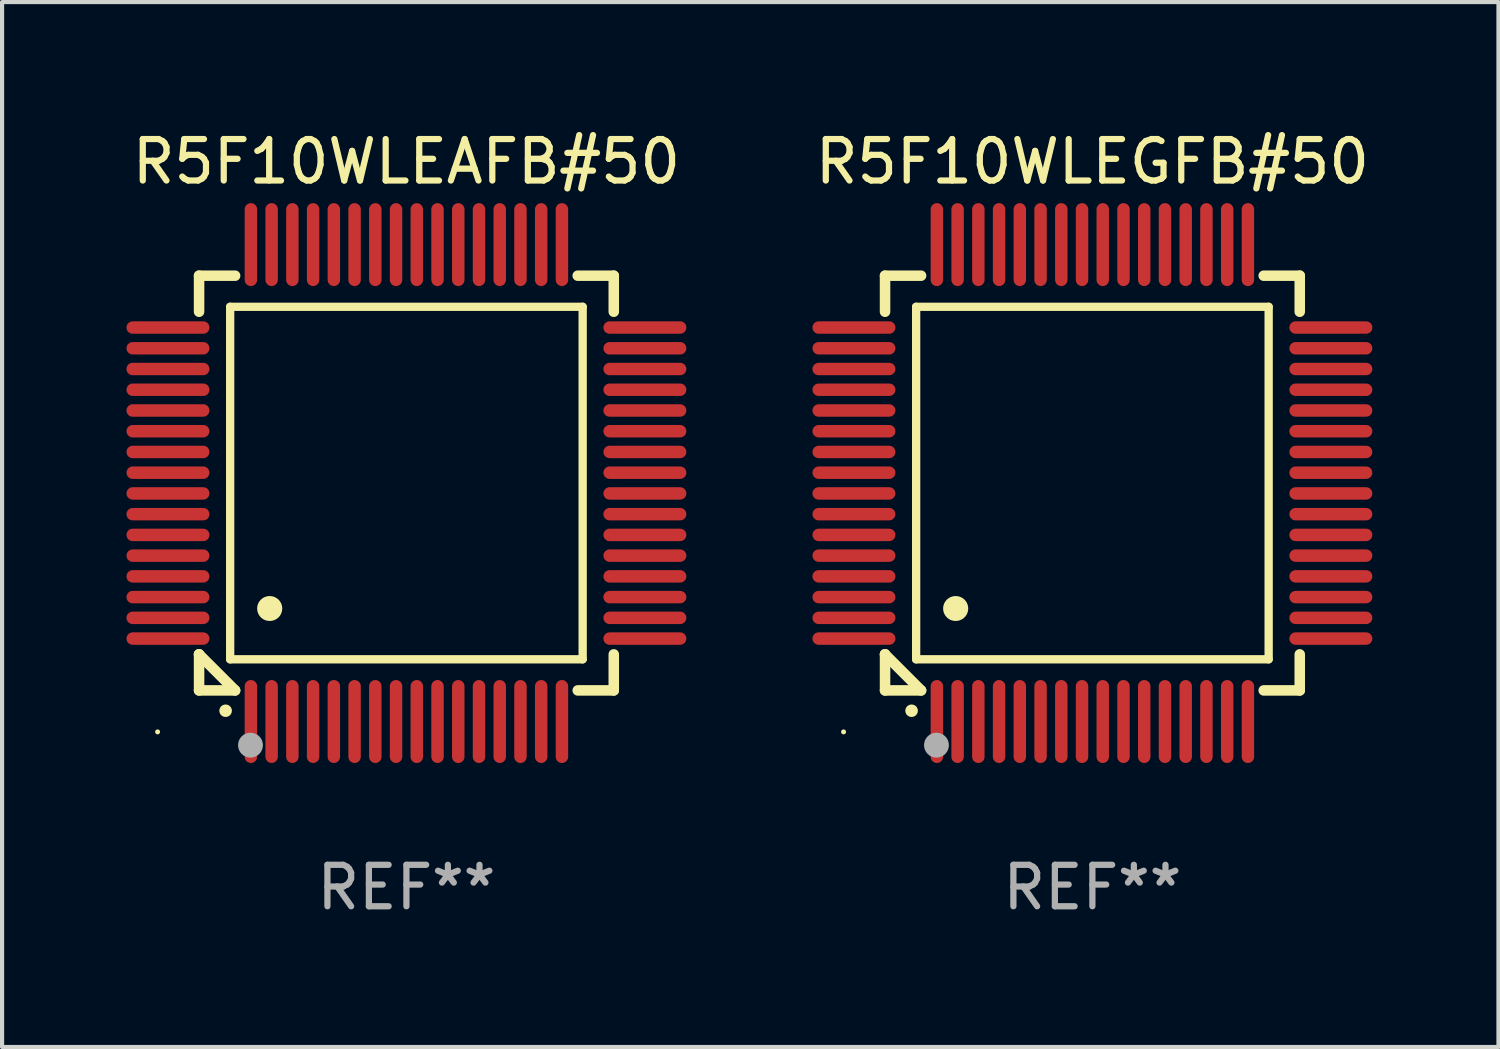
<source format=kicad_pcb>
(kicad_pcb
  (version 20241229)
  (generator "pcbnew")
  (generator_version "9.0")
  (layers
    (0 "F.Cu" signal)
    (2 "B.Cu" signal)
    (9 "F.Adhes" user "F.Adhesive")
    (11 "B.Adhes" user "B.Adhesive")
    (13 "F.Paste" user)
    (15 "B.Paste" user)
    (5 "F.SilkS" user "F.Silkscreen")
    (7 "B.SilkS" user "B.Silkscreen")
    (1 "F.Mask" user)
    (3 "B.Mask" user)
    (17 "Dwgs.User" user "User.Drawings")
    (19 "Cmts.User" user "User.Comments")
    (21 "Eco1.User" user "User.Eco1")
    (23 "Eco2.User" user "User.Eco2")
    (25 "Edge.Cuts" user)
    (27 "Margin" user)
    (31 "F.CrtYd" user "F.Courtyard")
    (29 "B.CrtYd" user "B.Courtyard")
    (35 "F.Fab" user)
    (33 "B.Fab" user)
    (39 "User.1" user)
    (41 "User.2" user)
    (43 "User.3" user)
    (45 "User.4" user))
  (footprint "R5F10WLEGFB#50"
    (layer "F.Cu")
    (at 23.291 8.598)
    (property "Reference" "R5F10WLEGFB#50" (at 0 -7.75 0) (layer "F.SilkS") (effects (font (size 1 1) (thickness 0.15))))
    (attr through_hole)
    (fp_line (start -5 -5) (end -4.131 -5) (stroke (width 0.254) (type solid)) (layer "F.SilkS"))
    (fp_line (start -5 -4.131) (end -5 -5) (stroke (width 0.254) (type solid)) (layer "F.SilkS"))
    (fp_line (start -5 4.131) (end -5 4.131) (stroke (width 0.254) (type solid)) (layer "F.SilkS"))
    (fp_line (start -5 5) (end -5 4.131) (stroke (width 0.254) (type solid)) (layer "F.SilkS"))
    (fp_line (start -5 4.131) (end -4.131 5) (stroke (width 0.254) (type solid)) (layer "F.SilkS"))
    (fp_line (start -4.25 -4.25) (end -4.25 4.25) (stroke (width 0.2) (type solid)) (layer "F.SilkS"))
    (fp_line (start -4.25 4.25) (end 4.25 4.25) (stroke (width 0.2) (type solid)) (layer "F.SilkS"))
    (fp_line (start -4.131 5) (end -5 5) (stroke (width 0.254) (type solid)) (layer "F.SilkS"))
    (fp_line (start 4.25 -4.25) (end -4.25 -4.25) (stroke (width 0.2) (type solid)) (layer "F.SilkS"))
    (fp_line (start 4.25 4.25) (end 4.25 -4.25) (stroke (width 0.2) (type solid)) (layer "F.SilkS"))
    (fp_line (start 5 -5) (end 4.131 -5) (stroke (width 0.254) (type solid)) (layer "F.SilkS"))
    (fp_line (start 5 -5) (end 5 -4.131) (stroke (width 0.254) (type solid)) (layer "F.SilkS"))
    (fp_line (start 5 4.131) (end 5 5) (stroke (width 0.254) (type solid)) (layer "F.SilkS"))
    (fp_line (start 5 5) (end 4.131 5) (stroke (width 0.254) (type solid)) (layer "F.SilkS"))
    (fp_arc (start -4.361265 5.489992) (mid -4.359995 5.489987) (end -4.358725 5.489992) (stroke (width 0.3) (type solid)) (layer "F.SilkS"))
    (fp_arc (start -3.299467 3.025146) (mid -3.296927 3.025135) (end -3.294387 3.025146) (stroke (width 0.6) (type solid)) (layer "F.SilkS"))
    (fp_circle (center -6 6) (end -5.97 6) (stroke (width 0.06) (type solid)) (fill no) (layer "F.SilkS"))
    (fp_circle (center -3.76 6.32) (end -3.61 6.32) (stroke (width 0.3) (type solid)) (fill no) (layer "F.Fab"))
    (fp_text user "REF**" (at 0 9.75 0) (layer "F.Fab") (effects (font (size 1 1) (thickness 0.15))))
    (pad "1" smd oval (at -3.75 5.75) (size 0.3 2) (layers "F.Cu" "F.Mask" "F.Paste"))
    (pad "2" smd oval (at -3.25 5.75) (size 0.3 2) (layers "F.Cu" "F.Mask" "F.Paste"))
    (pad "3" smd oval (at -2.75 5.75) (size 0.3 2) (layers "F.Cu" "F.Mask" "F.Paste"))
    (pad "4" smd oval (at -2.25 5.75) (size 0.3 2) (layers "F.Cu" "F.Mask" "F.Paste"))
    (pad "5" smd oval (at -1.75 5.75) (size 0.3 2) (layers "F.Cu" "F.Mask" "F.Paste"))
    (pad "6" smd oval (at -1.25 5.75) (size 0.3 2) (layers "F.Cu" "F.Mask" "F.Paste"))
    (pad "7" smd oval (at -0.75 5.75) (size 0.3 2) (layers "F.Cu" "F.Mask" "F.Paste"))
    (pad "8" smd oval (at -0.25 5.75) (size 0.3 2) (layers "F.Cu" "F.Mask" "F.Paste"))
    (pad "9" smd oval (at 0.25 5.75) (size 0.3 2) (layers "F.Cu" "F.Mask" "F.Paste"))
    (pad "10" smd oval (at 0.75 5.75) (size 0.3 2) (layers "F.Cu" "F.Mask" "F.Paste"))
    (pad "11" smd oval (at 1.25 5.75) (size 0.3 2) (layers "F.Cu" "F.Mask" "F.Paste"))
    (pad "12" smd oval (at 1.75 5.75) (size 0.3 2) (layers "F.Cu" "F.Mask" "F.Paste"))
    (pad "13" smd oval (at 2.25 5.75) (size 0.3 2) (layers "F.Cu" "F.Mask" "F.Paste"))
    (pad "14" smd oval (at 2.75 5.75) (size 0.3 2) (layers "F.Cu" "F.Mask" "F.Paste"))
    (pad "15" smd oval (at 3.25 5.75) (size 0.3 2) (layers "F.Cu" "F.Mask" "F.Paste"))
    (pad "16" smd oval (at 3.75 5.75) (size 0.3 2) (layers "F.Cu" "F.Mask" "F.Paste"))
    (pad "17" smd oval (at 5.75 3.75) (size 2 0.3) (layers "F.Cu" "F.Mask" "F.Paste"))
    (pad "18" smd oval (at 5.75 3.25) (size 2 0.3) (layers "F.Cu" "F.Mask" "F.Paste"))
    (pad "19" smd oval (at 5.75 2.75) (size 2 0.3) (layers "F.Cu" "F.Mask" "F.Paste"))
    (pad "20" smd oval (at 5.75 2.25) (size 2 0.3) (layers "F.Cu" "F.Mask" "F.Paste"))
    (pad "21" smd oval (at 5.75 1.75) (size 2 0.3) (layers "F.Cu" "F.Mask" "F.Paste"))
    (pad "22" smd oval (at 5.75 1.25) (size 2 0.3) (layers "F.Cu" "F.Mask" "F.Paste"))
    (pad "23" smd oval (at 5.75 0.75) (size 2 0.3) (layers "F.Cu" "F.Mask" "F.Paste"))
    (pad "24" smd oval (at 5.75 0.25) (size 2 0.3) (layers "F.Cu" "F.Mask" "F.Paste"))
    (pad "25" smd oval (at 5.75 -0.25) (size 2 0.3) (layers "F.Cu" "F.Mask" "F.Paste"))
    (pad "26" smd oval (at 5.75 -0.75) (size 2 0.3) (layers "F.Cu" "F.Mask" "F.Paste"))
    (pad "27" smd oval (at 5.75 -1.25) (size 2 0.3) (layers "F.Cu" "F.Mask" "F.Paste"))
    (pad "28" smd oval (at 5.75 -1.75) (size 2 0.3) (layers "F.Cu" "F.Mask" "F.Paste"))
    (pad "29" smd oval (at 5.75 -2.25) (size 2 0.3) (layers "F.Cu" "F.Mask" "F.Paste"))
    (pad "30" smd oval (at 5.75 -2.75) (size 2 0.3) (layers "F.Cu" "F.Mask" "F.Paste"))
    (pad "31" smd oval (at 5.75 -3.25) (size 2 0.3) (layers "F.Cu" "F.Mask" "F.Paste"))
    (pad "32" smd oval (at 5.75 -3.75) (size 2 0.3) (layers "F.Cu" "F.Mask" "F.Paste"))
    (pad "33" smd oval (at 3.75 -5.75) (size 0.3 2) (layers "F.Cu" "F.Mask" "F.Paste"))
    (pad "34" smd oval (at 3.25 -5.75) (size 0.3 2) (layers "F.Cu" "F.Mask" "F.Paste"))
    (pad "35" smd oval (at 2.75 -5.75) (size 0.3 2) (layers "F.Cu" "F.Mask" "F.Paste"))
    (pad "36" smd oval (at 2.25 -5.75) (size 0.3 2) (layers "F.Cu" "F.Mask" "F.Paste"))
    (pad "37" smd oval (at 1.75 -5.75) (size 0.3 2) (layers "F.Cu" "F.Mask" "F.Paste"))
    (pad "38" smd oval (at 1.25 -5.75) (size 0.3 2) (layers "F.Cu" "F.Mask" "F.Paste"))
    (pad "39" smd oval (at 0.75 -5.75) (size 0.3 2) (layers "F.Cu" "F.Mask" "F.Paste"))
    (pad "40" smd oval (at 0.25 -5.75) (size 0.3 2) (layers "F.Cu" "F.Mask" "F.Paste"))
    (pad "41" smd oval (at -0.25 -5.75) (size 0.3 2) (layers "F.Cu" "F.Mask" "F.Paste"))
    (pad "42" smd oval (at -0.75 -5.75) (size 0.3 2) (layers "F.Cu" "F.Mask" "F.Paste"))
    (pad "43" smd oval (at -1.25 -5.75) (size 0.3 2) (layers "F.Cu" "F.Mask" "F.Paste"))
    (pad "44" smd oval (at -1.75 -5.75) (size 0.3 2) (layers "F.Cu" "F.Mask" "F.Paste"))
    (pad "45" smd oval (at -2.25 -5.75) (size 0.3 2) (layers "F.Cu" "F.Mask" "F.Paste"))
    (pad "46" smd oval (at -2.75 -5.75) (size 0.3 2) (layers "F.Cu" "F.Mask" "F.Paste"))
    (pad "47" smd oval (at -3.25 -5.75) (size 0.3 2) (layers "F.Cu" "F.Mask" "F.Paste"))
    (pad "48" smd oval (at -3.75 -5.75) (size 0.3 2) (layers "F.Cu" "F.Mask" "F.Paste"))
    (pad "49" smd oval (at -5.75 -3.75) (size 2 0.3) (layers "F.Cu" "F.Mask" "F.Paste"))
    (pad "50" smd oval (at -5.75 -3.25) (size 2 0.3) (layers "F.Cu" "F.Mask" "F.Paste"))
    (pad "51" smd oval (at -5.75 -2.75) (size 2 0.3) (layers "F.Cu" "F.Mask" "F.Paste"))
    (pad "52" smd oval (at -5.75 -2.25) (size 2 0.3) (layers "F.Cu" "F.Mask" "F.Paste"))
    (pad "53" smd oval (at -5.75 -1.75) (size 2 0.3) (layers "F.Cu" "F.Mask" "F.Paste"))
    (pad "54" smd oval (at -5.75 -1.25) (size 2 0.3) (layers "F.Cu" "F.Mask" "F.Paste"))
    (pad "55" smd oval (at -5.75 -0.75) (size 2 0.3) (layers "F.Cu" "F.Mask" "F.Paste"))
    (pad "56" smd oval (at -5.75 -0.25) (size 2 0.3) (layers "F.Cu" "F.Mask" "F.Paste"))
    (pad "57" smd oval (at -5.75 0.25) (size 2 0.3) (layers "F.Cu" "F.Mask" "F.Paste"))
    (pad "58" smd oval (at -5.75 0.75) (size 2 0.3) (layers "F.Cu" "F.Mask" "F.Paste"))
    (pad "59" smd oval (at -5.75 1.25) (size 2 0.3) (layers "F.Cu" "F.Mask" "F.Paste"))
    (pad "60" smd oval (at -5.75 1.75) (size 2 0.3) (layers "F.Cu" "F.Mask" "F.Paste"))
    (pad "61" smd oval (at -5.75 2.25) (size 2 0.3) (layers "F.Cu" "F.Mask" "F.Paste"))
    (pad "62" smd oval (at -5.75 2.75) (size 2 0.3) (layers "F.Cu" "F.Mask" "F.Paste"))
    (pad "63" smd oval (at -5.75 3.25) (size 2 0.3) (layers "F.Cu" "F.Mask" "F.Paste"))
    (pad "64" smd oval (at -5.75 3.75) (size 2 0.3) (layers "F.Cu" "F.Mask" "F.Paste")))
  (footprint "R5F10WLEAFB#50"
    (layer "F.Cu")
    (at 6.75 8.598)
    (property "Reference" "R5F10WLEAFB#50" (at 0 -7.75 0) (layer "F.SilkS") (effects (font (size 1 1) (thickness 0.15))))
    (attr through_hole)
    (fp_line (start -5 -5) (end -4.131 -5) (stroke (width 0.254) (type solid)) (layer "F.SilkS"))
    (fp_line (start -5 -4.131) (end -5 -5) (stroke (width 0.254) (type solid)) (layer "F.SilkS"))
    (fp_line (start -5 4.131) (end -5 4.131) (stroke (width 0.254) (type solid)) (layer "F.SilkS"))
    (fp_line (start -5 5) (end -5 4.131) (stroke (width 0.254) (type solid)) (layer "F.SilkS"))
    (fp_line (start -5 4.131) (end -4.131 5) (stroke (width 0.254) (type solid)) (layer "F.SilkS"))
    (fp_line (start -4.25 -4.25) (end -4.25 4.25) (stroke (width 0.2) (type solid)) (layer "F.SilkS"))
    (fp_line (start -4.25 4.25) (end 4.25 4.25) (stroke (width 0.2) (type solid)) (layer "F.SilkS"))
    (fp_line (start -4.131 5) (end -5 5) (stroke (width 0.254) (type solid)) (layer "F.SilkS"))
    (fp_line (start 4.25 -4.25) (end -4.25 -4.25) (stroke (width 0.2) (type solid)) (layer "F.SilkS"))
    (fp_line (start 4.25 4.25) (end 4.25 -4.25) (stroke (width 0.2) (type solid)) (layer "F.SilkS"))
    (fp_line (start 5 -5) (end 4.131 -5) (stroke (width 0.254) (type solid)) (layer "F.SilkS"))
    (fp_line (start 5 -5) (end 5 -4.131) (stroke (width 0.254) (type solid)) (layer "F.SilkS"))
    (fp_line (start 5 4.131) (end 5 5) (stroke (width 0.254) (type solid)) (layer "F.SilkS"))
    (fp_line (start 5 5) (end 4.131 5) (stroke (width 0.254) (type solid)) (layer "F.SilkS"))
    (fp_arc (start -4.361265 5.489992) (mid -4.359995 5.489987) (end -4.358725 5.489992) (stroke (width 0.3) (type solid)) (layer "F.SilkS"))
    (fp_arc (start -3.299467 3.025146) (mid -3.296927 3.025135) (end -3.294387 3.025146) (stroke (width 0.6) (type solid)) (layer "F.SilkS"))
    (fp_circle (center -6 6) (end -5.97 6) (stroke (width 0.06) (type solid)) (fill no) (layer "F.SilkS"))
    (fp_circle (center -3.76 6.32) (end -3.61 6.32) (stroke (width 0.3) (type solid)) (fill no) (layer "F.Fab"))
    (fp_text user "REF**" (at 0 9.75 0) (layer "F.Fab") (effects (font (size 1 1) (thickness 0.15))))
    (pad "1" smd oval (at -3.75 5.75) (size 0.3 2) (layers "F.Cu" "F.Mask" "F.Paste"))
    (pad "2" smd oval (at -3.25 5.75) (size 0.3 2) (layers "F.Cu" "F.Mask" "F.Paste"))
    (pad "3" smd oval (at -2.75 5.75) (size 0.3 2) (layers "F.Cu" "F.Mask" "F.Paste"))
    (pad "4" smd oval (at -2.25 5.75) (size 0.3 2) (layers "F.Cu" "F.Mask" "F.Paste"))
    (pad "5" smd oval (at -1.75 5.75) (size 0.3 2) (layers "F.Cu" "F.Mask" "F.Paste"))
    (pad "6" smd oval (at -1.25 5.75) (size 0.3 2) (layers "F.Cu" "F.Mask" "F.Paste"))
    (pad "7" smd oval (at -0.75 5.75) (size 0.3 2) (layers "F.Cu" "F.Mask" "F.Paste"))
    (pad "8" smd oval (at -0.25 5.75) (size 0.3 2) (layers "F.Cu" "F.Mask" "F.Paste"))
    (pad "9" smd oval (at 0.25 5.75) (size 0.3 2) (layers "F.Cu" "F.Mask" "F.Paste"))
    (pad "10" smd oval (at 0.75 5.75) (size 0.3 2) (layers "F.Cu" "F.Mask" "F.Paste"))
    (pad "11" smd oval (at 1.25 5.75) (size 0.3 2) (layers "F.Cu" "F.Mask" "F.Paste"))
    (pad "12" smd oval (at 1.75 5.75) (size 0.3 2) (layers "F.Cu" "F.Mask" "F.Paste"))
    (pad "13" smd oval (at 2.25 5.75) (size 0.3 2) (layers "F.Cu" "F.Mask" "F.Paste"))
    (pad "14" smd oval (at 2.75 5.75) (size 0.3 2) (layers "F.Cu" "F.Mask" "F.Paste"))
    (pad "15" smd oval (at 3.25 5.75) (size 0.3 2) (layers "F.Cu" "F.Mask" "F.Paste"))
    (pad "16" smd oval (at 3.75 5.75) (size 0.3 2) (layers "F.Cu" "F.Mask" "F.Paste"))
    (pad "17" smd oval (at 5.75 3.75) (size 2 0.3) (layers "F.Cu" "F.Mask" "F.Paste"))
    (pad "18" smd oval (at 5.75 3.25) (size 2 0.3) (layers "F.Cu" "F.Mask" "F.Paste"))
    (pad "19" smd oval (at 5.75 2.75) (size 2 0.3) (layers "F.Cu" "F.Mask" "F.Paste"))
    (pad "20" smd oval (at 5.75 2.25) (size 2 0.3) (layers "F.Cu" "F.Mask" "F.Paste"))
    (pad "21" smd oval (at 5.75 1.75) (size 2 0.3) (layers "F.Cu" "F.Mask" "F.Paste"))
    (pad "22" smd oval (at 5.75 1.25) (size 2 0.3) (layers "F.Cu" "F.Mask" "F.Paste"))
    (pad "23" smd oval (at 5.75 0.75) (size 2 0.3) (layers "F.Cu" "F.Mask" "F.Paste"))
    (pad "24" smd oval (at 5.75 0.25) (size 2 0.3) (layers "F.Cu" "F.Mask" "F.Paste"))
    (pad "25" smd oval (at 5.75 -0.25) (size 2 0.3) (layers "F.Cu" "F.Mask" "F.Paste"))
    (pad "26" smd oval (at 5.75 -0.75) (size 2 0.3) (layers "F.Cu" "F.Mask" "F.Paste"))
    (pad "27" smd oval (at 5.75 -1.25) (size 2 0.3) (layers "F.Cu" "F.Mask" "F.Paste"))
    (pad "28" smd oval (at 5.75 -1.75) (size 2 0.3) (layers "F.Cu" "F.Mask" "F.Paste"))
    (pad "29" smd oval (at 5.75 -2.25) (size 2 0.3) (layers "F.Cu" "F.Mask" "F.Paste"))
    (pad "30" smd oval (at 5.75 -2.75) (size 2 0.3) (layers "F.Cu" "F.Mask" "F.Paste"))
    (pad "31" smd oval (at 5.75 -3.25) (size 2 0.3) (layers "F.Cu" "F.Mask" "F.Paste"))
    (pad "32" smd oval (at 5.75 -3.75) (size 2 0.3) (layers "F.Cu" "F.Mask" "F.Paste"))
    (pad "33" smd oval (at 3.75 -5.75) (size 0.3 2) (layers "F.Cu" "F.Mask" "F.Paste"))
    (pad "34" smd oval (at 3.25 -5.75) (size 0.3 2) (layers "F.Cu" "F.Mask" "F.Paste"))
    (pad "35" smd oval (at 2.75 -5.75) (size 0.3 2) (layers "F.Cu" "F.Mask" "F.Paste"))
    (pad "36" smd oval (at 2.25 -5.75) (size 0.3 2) (layers "F.Cu" "F.Mask" "F.Paste"))
    (pad "37" smd oval (at 1.75 -5.75) (size 0.3 2) (layers "F.Cu" "F.Mask" "F.Paste"))
    (pad "38" smd oval (at 1.25 -5.75) (size 0.3 2) (layers "F.Cu" "F.Mask" "F.Paste"))
    (pad "39" smd oval (at 0.75 -5.75) (size 0.3 2) (layers "F.Cu" "F.Mask" "F.Paste"))
    (pad "40" smd oval (at 0.25 -5.75) (size 0.3 2) (layers "F.Cu" "F.Mask" "F.Paste"))
    (pad "41" smd oval (at -0.25 -5.75) (size 0.3 2) (layers "F.Cu" "F.Mask" "F.Paste"))
    (pad "42" smd oval (at -0.75 -5.75) (size 0.3 2) (layers "F.Cu" "F.Mask" "F.Paste"))
    (pad "43" smd oval (at -1.25 -5.75) (size 0.3 2) (layers "F.Cu" "F.Mask" "F.Paste"))
    (pad "44" smd oval (at -1.75 -5.75) (size 0.3 2) (layers "F.Cu" "F.Mask" "F.Paste"))
    (pad "45" smd oval (at -2.25 -5.75) (size 0.3 2) (layers "F.Cu" "F.Mask" "F.Paste"))
    (pad "46" smd oval (at -2.75 -5.75) (size 0.3 2) (layers "F.Cu" "F.Mask" "F.Paste"))
    (pad "47" smd oval (at -3.25 -5.75) (size 0.3 2) (layers "F.Cu" "F.Mask" "F.Paste"))
    (pad "48" smd oval (at -3.75 -5.75) (size 0.3 2) (layers "F.Cu" "F.Mask" "F.Paste"))
    (pad "49" smd oval (at -5.75 -3.75) (size 2 0.3) (layers "F.Cu" "F.Mask" "F.Paste"))
    (pad "50" smd oval (at -5.75 -3.25) (size 2 0.3) (layers "F.Cu" "F.Mask" "F.Paste"))
    (pad "51" smd oval (at -5.75 -2.75) (size 2 0.3) (layers "F.Cu" "F.Mask" "F.Paste"))
    (pad "52" smd oval (at -5.75 -2.25) (size 2 0.3) (layers "F.Cu" "F.Mask" "F.Paste"))
    (pad "53" smd oval (at -5.75 -1.75) (size 2 0.3) (layers "F.Cu" "F.Mask" "F.Paste"))
    (pad "54" smd oval (at -5.75 -1.25) (size 2 0.3) (layers "F.Cu" "F.Mask" "F.Paste"))
    (pad "55" smd oval (at -5.75 -0.75) (size 2 0.3) (layers "F.Cu" "F.Mask" "F.Paste"))
    (pad "56" smd oval (at -5.75 -0.25) (size 2 0.3) (layers "F.Cu" "F.Mask" "F.Paste"))
    (pad "57" smd oval (at -5.75 0.25) (size 2 0.3) (layers "F.Cu" "F.Mask" "F.Paste"))
    (pad "58" smd oval (at -5.75 0.75) (size 2 0.3) (layers "F.Cu" "F.Mask" "F.Paste"))
    (pad "59" smd oval (at -5.75 1.25) (size 2 0.3) (layers "F.Cu" "F.Mask" "F.Paste"))
    (pad "60" smd oval (at -5.75 1.75) (size 2 0.3) (layers "F.Cu" "F.Mask" "F.Paste"))
    (pad "61" smd oval (at -5.75 2.25) (size 2 0.3) (layers "F.Cu" "F.Mask" "F.Paste"))
    (pad "62" smd oval (at -5.75 2.75) (size 2 0.3) (layers "F.Cu" "F.Mask" "F.Paste"))
    (pad "63" smd oval (at -5.75 3.25) (size 2 0.3) (layers "F.Cu" "F.Mask" "F.Paste"))
    (pad "64" smd oval (at -5.75 3.75) (size 2 0.3) (layers "F.Cu" "F.Mask" "F.Paste")))
  (gr_rect
    (start -3 -3)
    (end 33.083 22.196)
    (stroke (width 0.1) (type default))
    (fill no)
    (layer "Edge.Cuts")))
</source>
